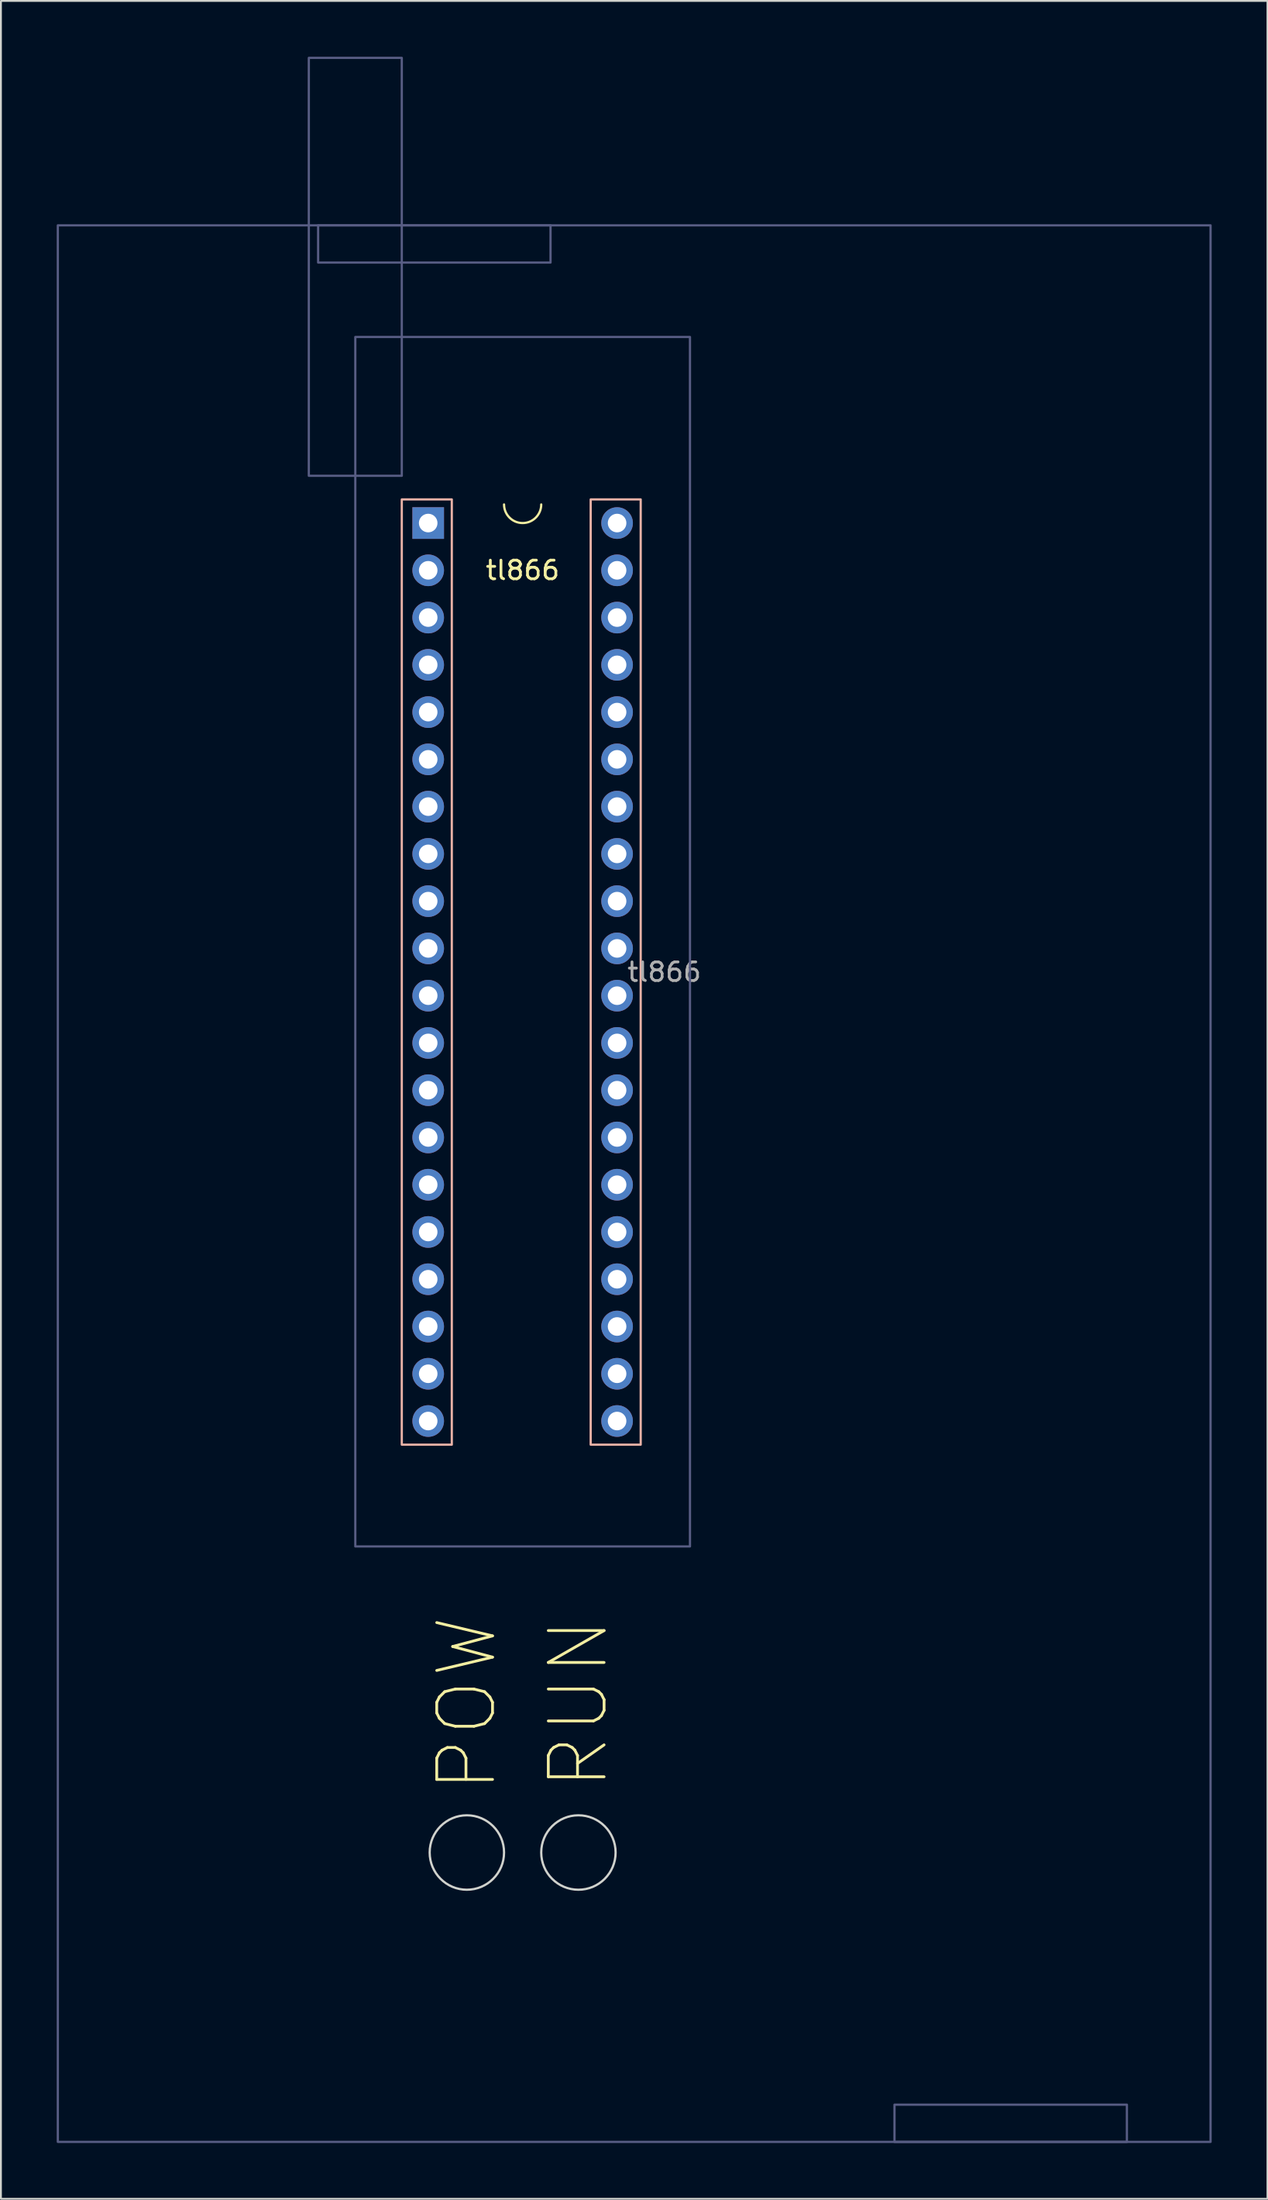
<source format=kicad_pcb>
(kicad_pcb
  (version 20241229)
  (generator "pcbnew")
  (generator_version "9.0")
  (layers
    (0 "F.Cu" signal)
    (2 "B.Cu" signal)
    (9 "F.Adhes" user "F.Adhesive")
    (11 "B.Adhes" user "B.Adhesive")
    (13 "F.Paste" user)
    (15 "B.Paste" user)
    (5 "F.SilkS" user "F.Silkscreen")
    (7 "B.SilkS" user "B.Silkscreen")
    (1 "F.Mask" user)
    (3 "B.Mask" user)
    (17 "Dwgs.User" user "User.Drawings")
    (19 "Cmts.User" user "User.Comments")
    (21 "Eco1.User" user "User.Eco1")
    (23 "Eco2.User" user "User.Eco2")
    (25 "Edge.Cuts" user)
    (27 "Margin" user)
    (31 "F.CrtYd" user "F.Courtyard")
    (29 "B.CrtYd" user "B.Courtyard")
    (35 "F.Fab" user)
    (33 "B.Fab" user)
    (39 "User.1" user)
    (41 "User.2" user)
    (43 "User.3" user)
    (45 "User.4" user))
  (footprint "tl866"
    (layer "F.Cu")
    (at 25.06 25.06)
    (property "Reference" "tl866" (at 0 2.54 0) (layer "F.SilkS") (effects (font (size 1 1) (thickness 0.15))))
    (attr through_hole)
    (fp_arc (start 1 -1) (mid 0 0) (end -1 -1) (stroke (width 0.12) (type solid)) (layer "F.SilkS"))
    (fp_rect (start -6.5 -1.27) (end -3.81 49.53) (stroke (width 0.12) (type solid)) (fill no) (layer "B.SilkS"))
    (fp_rect (start 3.66 -1.27) (end 6.35 49.53) (stroke (width 0.12) (type solid)) (fill no) (layer "B.SilkS"))
    (fp_circle (center -3 71.449) (end -1 71.449) (stroke (width 0.12) (type solid)) (fill no) (layer "Edge.Cuts"))
    (fp_circle (center 3 71.449) (end 5 71.449) (stroke (width 0.12) (type solid)) (fill no) (layer "Edge.Cuts"))
    (fp_rect (start -25 -16) (end 37 87) (stroke (width 0.12) (type solid)) (fill no) (layer "B.Fab"))
    (fp_rect (start -11.5 -25) (end -6.5 -2.54) (stroke (width 0.12) (type solid)) (fill no) (layer "B.Fab"))
    (fp_rect (start -11 -16) (end 1.5 -14) (stroke (width 0.12) (type solid)) (fill no) (layer "B.Fab"))
    (fp_rect (start -9 -10) (end 9 55) (stroke (width 0.12) (type solid)) (fill no) (layer "B.Fab"))
    (fp_rect (start 20 85) (end 32.5 87) (stroke (width 0.12) (type solid)) (fill no) (layer "B.Fab"))
    (fp_text user "RUN" (at 3 63.449 90) (unlocked yes) (layer "F.SilkS") (effects (font (size 3 3) (thickness 0.15))))
    (fp_text user "POW" (at -3 63.449 90) (unlocked yes) (layer "F.SilkS") (effects (font (size 3 3) (thickness 0.15))))
    (fp_text user "${REFERENCE}" (at 7.62 24.13 0) (layer "F.Fab") (effects (font (size 1 1) (thickness 0.15))))
    (pad "1" thru_hole rect (at -5.08 0) (size 1.7 1.7) (drill 1) (layers "*.Cu" "*.Mask"))
    (pad "2" thru_hole circle (at -5.08 2.54) (size 1.7 1.7) (drill 1) (layers "*.Cu" "*.Mask"))
    (pad "3" thru_hole circle (at -5.08 5.08) (size 1.7 1.7) (drill 1) (layers "*.Cu" "*.Mask"))
    (pad "4" thru_hole circle (at -5.08 7.62) (size 1.7 1.7) (drill 1) (layers "*.Cu" "*.Mask"))
    (pad "5" thru_hole circle (at -5.08 10.16) (size 1.7 1.7) (drill 1) (layers "*.Cu" "*.Mask"))
    (pad "6" thru_hole circle (at -5.08 12.7) (size 1.7 1.7) (drill 1) (layers "*.Cu" "*.Mask"))
    (pad "7" thru_hole circle (at -5.08 15.24) (size 1.7 1.7) (drill 1) (layers "*.Cu" "*.Mask"))
    (pad "8" thru_hole circle (at -5.08 17.78) (size 1.7 1.7) (drill 1) (layers "*.Cu" "*.Mask"))
    (pad "9" thru_hole circle (at -5.08 20.32) (size 1.7 1.7) (drill 1) (layers "*.Cu" "*.Mask"))
    (pad "10" thru_hole circle (at -5.08 22.86) (size 1.7 1.7) (drill 1) (layers "*.Cu" "*.Mask"))
    (pad "11" thru_hole circle (at -5.08 25.4) (size 1.7 1.7) (drill 1) (layers "*.Cu" "*.Mask"))
    (pad "12" thru_hole circle (at -5.08 27.94) (size 1.7 1.7) (drill 1) (layers "*.Cu" "*.Mask"))
    (pad "13" thru_hole circle (at -5.08 30.48) (size 1.7 1.7) (drill 1) (layers "*.Cu" "*.Mask"))
    (pad "14" thru_hole circle (at -5.08 33.02) (size 1.7 1.7) (drill 1) (layers "*.Cu" "*.Mask"))
    (pad "15" thru_hole circle (at -5.08 35.56) (size 1.7 1.7) (drill 1) (layers "*.Cu" "*.Mask"))
    (pad "16" thru_hole circle (at -5.08 38.1) (size 1.7 1.7) (drill 1) (layers "*.Cu" "*.Mask"))
    (pad "17" thru_hole circle (at -5.08 40.64) (size 1.7 1.7) (drill 1) (layers "*.Cu" "*.Mask"))
    (pad "18" thru_hole circle (at -5.08 43.18) (size 1.7 1.7) (drill 1) (layers "*.Cu" "*.Mask"))
    (pad "19" thru_hole circle (at -5.08 45.72) (size 1.7 1.7) (drill 1) (layers "*.Cu" "*.Mask"))
    (pad "20" thru_hole circle (at -5.08 48.26) (size 1.7 1.7) (drill 1) (layers "*.Cu" "*.Mask"))
    (pad "21" thru_hole circle (at 5.08 48.26) (size 1.7 1.7) (drill 1) (layers "*.Cu" "*.Mask"))
    (pad "22" thru_hole circle (at 5.08 45.72) (size 1.7 1.7) (drill 1) (layers "*.Cu" "*.Mask"))
    (pad "23" thru_hole circle (at 5.08 43.18) (size 1.7 1.7) (drill 1) (layers "*.Cu" "*.Mask"))
    (pad "24" thru_hole circle (at 5.08 40.64) (size 1.7 1.7) (drill 1) (layers "*.Cu" "*.Mask"))
    (pad "25" thru_hole circle (at 5.08 38.1) (size 1.7 1.7) (drill 1) (layers "*.Cu" "*.Mask"))
    (pad "26" thru_hole circle (at 5.08 35.56) (size 1.7 1.7) (drill 1) (layers "*.Cu" "*.Mask"))
    (pad "27" thru_hole circle (at 5.08 33.02) (size 1.7 1.7) (drill 1) (layers "*.Cu" "*.Mask"))
    (pad "28" thru_hole circle (at 5.08 30.48) (size 1.7 1.7) (drill 1) (layers "*.Cu" "*.Mask"))
    (pad "29" thru_hole circle (at 5.08 27.94) (size 1.7 1.7) (drill 1) (layers "*.Cu" "*.Mask"))
    (pad "30" thru_hole circle (at 5.08 25.4) (size 1.7 1.7) (drill 1) (layers "*.Cu" "*.Mask"))
    (pad "31" thru_hole circle (at 5.08 22.86) (size 1.7 1.7) (drill 1) (layers "*.Cu" "*.Mask"))
    (pad "32" thru_hole circle (at 5.08 20.32) (size 1.7 1.7) (drill 1) (layers "*.Cu" "*.Mask"))
    (pad "33" thru_hole circle (at 5.08 17.78) (size 1.7 1.7) (drill 1) (layers "*.Cu" "*.Mask"))
    (pad "34" thru_hole circle (at 5.08 15.24) (size 1.7 1.7) (drill 1) (layers "*.Cu" "*.Mask"))
    (pad "35" thru_hole circle (at 5.08 12.7) (size 1.7 1.7) (drill 1) (layers "*.Cu" "*.Mask"))
    (pad "36" thru_hole circle (at 5.08 10.16) (size 1.7 1.7) (drill 1) (layers "*.Cu" "*.Mask"))
    (pad "37" thru_hole circle (at 5.08 7.62) (size 1.7 1.7) (drill 1) (layers "*.Cu" "*.Mask"))
    (pad "38" thru_hole circle (at 5.08 5.08) (size 1.7 1.7) (drill 1) (layers "*.Cu" "*.Mask"))
    (pad "39" thru_hole circle (at 5.08 2.54) (size 1.7 1.7) (drill 1) (layers "*.Cu" "*.Mask"))
    (pad "40" thru_hole circle (at 5.08 0) (size 1.7 1.7) (drill 1) (layers "*.Cu" "*.Mask")))
  (gr_rect
    (start -3 -3)
    (end 65.12 115.12)
    (stroke (width 0.1) (type default))
    (fill no)
    (layer "Edge.Cuts")))
</source>
